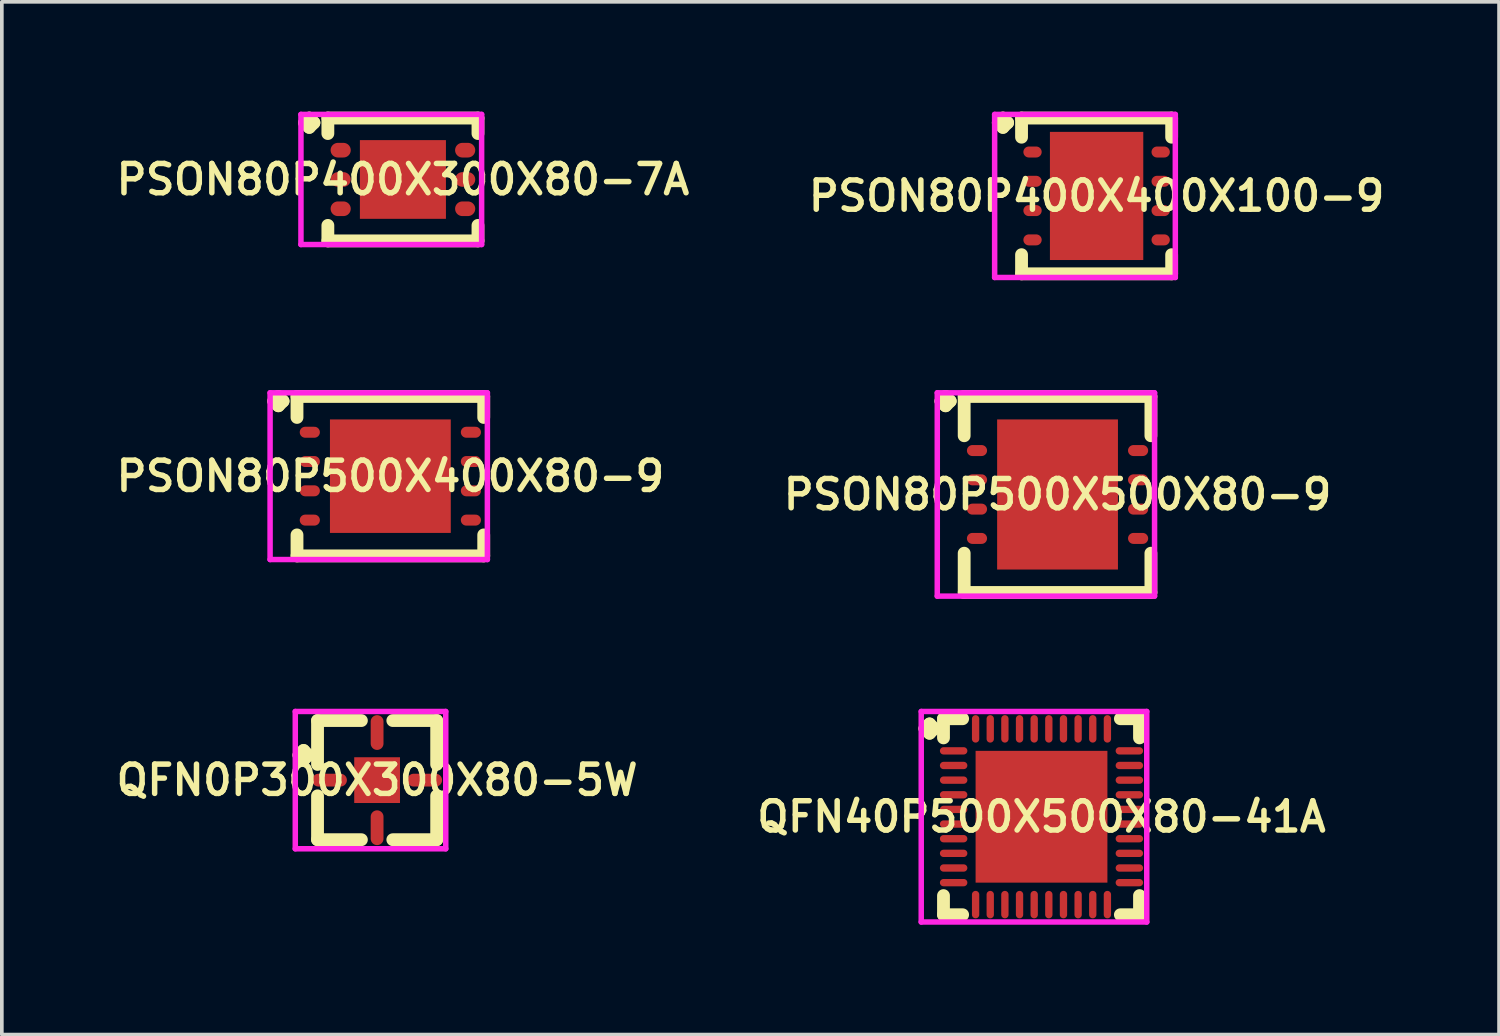
<source format=kicad_pcb>
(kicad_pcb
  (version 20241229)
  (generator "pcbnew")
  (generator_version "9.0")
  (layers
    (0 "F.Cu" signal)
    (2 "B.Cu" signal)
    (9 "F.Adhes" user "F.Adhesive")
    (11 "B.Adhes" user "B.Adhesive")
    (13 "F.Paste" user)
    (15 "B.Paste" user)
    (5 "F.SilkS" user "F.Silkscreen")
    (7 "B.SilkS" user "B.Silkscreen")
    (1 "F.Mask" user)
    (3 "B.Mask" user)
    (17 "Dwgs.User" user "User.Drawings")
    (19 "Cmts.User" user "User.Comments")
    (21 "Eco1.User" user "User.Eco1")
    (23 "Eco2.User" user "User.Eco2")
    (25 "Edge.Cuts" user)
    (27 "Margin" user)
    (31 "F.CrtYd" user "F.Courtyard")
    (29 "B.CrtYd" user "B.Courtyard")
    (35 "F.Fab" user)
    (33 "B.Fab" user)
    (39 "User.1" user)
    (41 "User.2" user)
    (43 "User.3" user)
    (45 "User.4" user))
  (footprint "PSON80P400X300X80-7A"
    (layer "F.Cu")
    (at 7.955 1.852)
    (property "Reference" "PSON80P400X300X80-7A" (at 0 0 0) (layer "F.SilkS") (effects (font (size 0.8 0.8) (thickness 0.15))))
    (attr smd)
    (fp_line (start -2.685 -1.55) (end -2.558 -1.677) (stroke (width 0.35) (type solid)) (layer "F.SilkS"))
    (fp_line (start -2.558 -1.677) (end -2.431 -1.55) (stroke (width 0.35) (type solid)) (layer "F.SilkS"))
    (fp_line (start -2.558 -1.423) (end -2.685 -1.55) (stroke (width 0.35) (type solid)) (layer "F.SilkS"))
    (fp_line (start -2.431 -1.55) (end -2.558 -1.423) (stroke (width 0.35) (type solid)) (layer "F.SilkS"))
    (fp_line (start -2.05 -1.677) (end 2.05 -1.677) (stroke (width 0.35) (type solid)) (layer "F.SilkS"))
    (fp_line (start -2.05 -1.254) (end -2.05 -1.677) (stroke (width 0.35) (type solid)) (layer "F.SilkS"))
    (fp_line (start -2.05 1.254) (end -2.05 1.677) (stroke (width 0.35) (type solid)) (layer "F.SilkS"))
    (fp_line (start -2.05 1.677) (end 2.05 1.677) (stroke (width 0.35) (type solid)) (layer "F.SilkS"))
    (fp_line (start 2.05 -1.677) (end 2.05 -1.254) (stroke (width 0.35) (type solid)) (layer "F.SilkS"))
    (fp_line (start 2.05 1.677) (end 2.05 1.254) (stroke (width 0.35) (type solid)) (layer "F.SilkS"))
    (fp_line (start -2.785 -1.777) (end 2.15 -1.777) (stroke (width 0.15) (type solid)) (layer "F.CrtYd"))
    (fp_line (start -2.785 1.777) (end -2.785 -1.777) (stroke (width 0.15) (type solid)) (layer "F.CrtYd"))
    (fp_line (start 2.15 -1.777) (end 2.15 1.777) (stroke (width 0.15) (type solid)) (layer "F.CrtYd"))
    (fp_line (start 2.15 1.777) (end -2.785 1.777) (stroke (width 0.15) (type solid)) (layer "F.CrtYd"))
    (pad "1" smd oval (at -1.7 -0.8) (size 0.55 0.4) (layers "F.Cu" "F.Mask" "F.Paste"))
    (pad "2" smd oval (at -1.7 0) (size 0.55 0.4) (layers "F.Cu" "F.Mask" "F.Paste"))
    (pad "3" smd oval (at -1.7 0.8) (size 0.55 0.4) (layers "F.Cu" "F.Mask" "F.Paste"))
    (pad "4" smd oval (at 1.7 0.8) (size 0.55 0.4) (layers "F.Cu" "F.Mask" "F.Paste"))
    (pad "5" smd oval (at 1.7 0) (size 0.55 0.4) (layers "F.Cu" "F.Mask" "F.Paste"))
    (pad "6" smd oval (at 1.7 -0.8) (size 0.55 0.4) (layers "F.Cu" "F.Mask" "F.Paste"))
    (pad "7" smd rect (at 0 0) (size 2.35 2.15) (layers "F.Cu" "F.Mask" "F.Paste")))
  (footprint "QFN0P300X300X80-5W"
    (layer "F.Cu")
    (at 7.25 18.258)
    (property "Reference" "QFN0P300X300X80-5W" (at 0 0 0) (layer "F.SilkS") (effects (font (size 0.8 0.8) (thickness 0.15))))
    (attr smd)
    (fp_line (start -2.135 -0.683) (end -2.008 -0.81) (stroke (width 0.35) (type solid)) (layer "F.SilkS"))
    (fp_line (start -2.008 -0.81) (end -1.881 -0.683) (stroke (width 0.35) (type solid)) (layer "F.SilkS"))
    (fp_line (start -2.008 -0.556) (end -2.135 -0.683) (stroke (width 0.35) (type solid)) (layer "F.SilkS"))
    (fp_line (start -1.881 -0.683) (end -2.008 -0.556) (stroke (width 0.35) (type solid)) (layer "F.SilkS"))
    (fp_line (start -1.627 -1.627) (end -0.429 -1.627) (stroke (width 0.35) (type solid)) (layer "F.SilkS"))
    (fp_line (start -1.627 -0.429) (end -1.627 -1.627) (stroke (width 0.35) (type solid)) (layer "F.SilkS"))
    (fp_line (start -1.627 0.429) (end -1.627 1.627) (stroke (width 0.35) (type solid)) (layer "F.SilkS"))
    (fp_line (start -1.627 1.627) (end -0.429 1.627) (stroke (width 0.35) (type solid)) (layer "F.SilkS"))
    (fp_line (start 0.429 -1.627) (end 1.627 -1.627) (stroke (width 0.35) (type solid)) (layer "F.SilkS"))
    (fp_line (start 0.429 1.627) (end 1.627 1.627) (stroke (width 0.35) (type solid)) (layer "F.SilkS"))
    (fp_line (start 1.627 -1.627) (end 1.627 -0.429) (stroke (width 0.35) (type solid)) (layer "F.SilkS"))
    (fp_line (start 1.627 1.627) (end 1.627 0.429) (stroke (width 0.35) (type solid)) (layer "F.SilkS"))
    (fp_line (start -2.235 -1.875) (end 1.875 -1.875) (stroke (width 0.15) (type solid)) (layer "F.CrtYd"))
    (fp_line (start -2.235 1.875) (end -2.235 -1.875) (stroke (width 0.15) (type solid)) (layer "F.CrtYd"))
    (fp_line (start 1.875 -1.875) (end 1.875 1.875) (stroke (width 0.15) (type solid)) (layer "F.CrtYd"))
    (fp_line (start 1.875 1.875) (end -2.235 1.875) (stroke (width 0.15) (type solid)) (layer "F.CrtYd"))
    (pad "1" smd oval (at -1.3 0) (size 0.95 0.35) (layers "F.Cu" "F.Mask" "F.Paste"))
    (pad "2" smd oval (at 0 1.3) (size 0.35 0.95) (layers "F.Cu" "F.Mask" "F.Paste"))
    (pad "3" smd oval (at 1.3 0) (size 0.95 0.35) (layers "F.Cu" "F.Mask" "F.Paste"))
    (pad "4" smd oval (at 0 -1.3) (size 0.35 0.95) (layers "F.Cu" "F.Mask" "F.Paste"))
    (pad "5" smd rect (at 0 0) (size 1.25 1.25) (layers "F.Cu" "F.Mask" "F.Paste")))
  (footprint "PSON80P500X400X80-9"
    (layer "F.Cu")
    (at 7.612 9.956)
    (property "Reference" "PSON80P500X400X80-9" (at 0 0 0) (layer "F.SilkS") (effects (font (size 0.8 0.8) (thickness 0.15))))
    (attr smd)
    (fp_line (start -3.185 -2.05) (end -3.058 -2.177) (stroke (width 0.35) (type solid)) (layer "F.SilkS"))
    (fp_line (start -3.058 -2.177) (end -2.931 -2.05) (stroke (width 0.35) (type solid)) (layer "F.SilkS"))
    (fp_line (start -3.058 -1.923) (end -3.185 -2.05) (stroke (width 0.35) (type solid)) (layer "F.SilkS"))
    (fp_line (start -2.931 -2.05) (end -3.058 -1.923) (stroke (width 0.35) (type solid)) (layer "F.SilkS"))
    (fp_line (start -2.55 -2.177) (end 2.55 -2.177) (stroke (width 0.35) (type solid)) (layer "F.SilkS"))
    (fp_line (start -2.55 -1.604) (end -2.55 -2.177) (stroke (width 0.35) (type solid)) (layer "F.SilkS"))
    (fp_line (start -2.55 1.604) (end -2.55 2.177) (stroke (width 0.35) (type solid)) (layer "F.SilkS"))
    (fp_line (start -2.55 2.177) (end 2.55 2.177) (stroke (width 0.35) (type solid)) (layer "F.SilkS"))
    (fp_line (start 2.55 -2.177) (end 2.55 -1.604) (stroke (width 0.35) (type solid)) (layer "F.SilkS"))
    (fp_line (start 2.55 2.177) (end 2.55 1.604) (stroke (width 0.35) (type solid)) (layer "F.SilkS"))
    (fp_line (start -3.285 -2.277) (end 2.65 -2.277) (stroke (width 0.15) (type solid)) (layer "F.CrtYd"))
    (fp_line (start -3.285 2.277) (end -3.285 -2.277) (stroke (width 0.15) (type solid)) (layer "F.CrtYd"))
    (fp_line (start 2.65 -2.277) (end 2.65 2.277) (stroke (width 0.15) (type solid)) (layer "F.CrtYd"))
    (fp_line (start 2.65 2.277) (end -3.285 2.277) (stroke (width 0.15) (type solid)) (layer "F.CrtYd"))
    (pad "1" smd oval (at -2.2 -1.2) (size 0.55 0.3) (layers "F.Cu" "F.Mask" "F.Paste"))
    (pad "2" smd oval (at -2.2 -0.4) (size 0.55 0.3) (layers "F.Cu" "F.Mask" "F.Paste"))
    (pad "3" smd oval (at -2.2 0.4) (size 0.55 0.3) (layers "F.Cu" "F.Mask" "F.Paste"))
    (pad "4" smd oval (at -2.2 1.2) (size 0.55 0.3) (layers "F.Cu" "F.Mask" "F.Paste"))
    (pad "5" smd oval (at 2.2 1.2) (size 0.55 0.3) (layers "F.Cu" "F.Mask" "F.Paste"))
    (pad "6" smd oval (at 2.2 0.4) (size 0.55 0.3) (layers "F.Cu" "F.Mask" "F.Paste"))
    (pad "7" smd oval (at 2.2 -0.4) (size 0.55 0.3) (layers "F.Cu" "F.Mask" "F.Paste"))
    (pad "8" smd oval (at 2.2 -1.2) (size 0.55 0.3) (layers "F.Cu" "F.Mask" "F.Paste"))
    (pad "9" smd rect (at 0 0) (size 3.3 3.1) (layers "F.Cu" "F.Mask" "F.Paste")))
  (footprint "PSON80P400X400X100-9"
    (layer "F.Cu")
    (at 26.902 2.302)
    (property "Reference" "PSON80P400X400X100-9" (at 0 0 0) (layer "F.SilkS") (effects (font (size 0.8 0.8) (thickness 0.15))))
    (attr smd)
    (fp_line (start -2.685 -2) (end -2.558 -2.127) (stroke (width 0.35) (type solid)) (layer "F.SilkS"))
    (fp_line (start -2.558 -2.127) (end -2.431 -2) (stroke (width 0.35) (type solid)) (layer "F.SilkS"))
    (fp_line (start -2.558 -1.873) (end -2.685 -2) (stroke (width 0.35) (type solid)) (layer "F.SilkS"))
    (fp_line (start -2.431 -2) (end -2.558 -1.873) (stroke (width 0.35) (type solid)) (layer "F.SilkS"))
    (fp_line (start -2.05 -2.127) (end 2.05 -2.127) (stroke (width 0.35) (type solid)) (layer "F.SilkS"))
    (fp_line (start -2.05 -1.604) (end -2.05 -2.127) (stroke (width 0.35) (type solid)) (layer "F.SilkS"))
    (fp_line (start -2.05 1.604) (end -2.05 2.127) (stroke (width 0.35) (type solid)) (layer "F.SilkS"))
    (fp_line (start -2.05 2.127) (end 2.05 2.127) (stroke (width 0.35) (type solid)) (layer "F.SilkS"))
    (fp_line (start 2.05 -2.127) (end 2.05 -1.604) (stroke (width 0.35) (type solid)) (layer "F.SilkS"))
    (fp_line (start 2.05 2.127) (end 2.05 1.604) (stroke (width 0.35) (type solid)) (layer "F.SilkS"))
    (fp_line (start -2.785 -2.227) (end 2.15 -2.227) (stroke (width 0.15) (type solid)) (layer "F.CrtYd"))
    (fp_line (start -2.785 2.227) (end -2.785 -2.227) (stroke (width 0.15) (type solid)) (layer "F.CrtYd"))
    (fp_line (start 2.15 -2.227) (end 2.15 2.227) (stroke (width 0.15) (type solid)) (layer "F.CrtYd"))
    (fp_line (start 2.15 2.227) (end -2.785 2.227) (stroke (width 0.15) (type solid)) (layer "F.CrtYd"))
    (pad "1" smd oval (at -1.75 -1.2) (size 0.5 0.3) (layers "F.Cu" "F.Mask" "F.Paste"))
    (pad "2" smd oval (at -1.75 -0.4) (size 0.5 0.3) (layers "F.Cu" "F.Mask" "F.Paste"))
    (pad "3" smd oval (at -1.75 0.4) (size 0.5 0.3) (layers "F.Cu" "F.Mask" "F.Paste"))
    (pad "4" smd oval (at -1.75 1.2) (size 0.5 0.3) (layers "F.Cu" "F.Mask" "F.Paste"))
    (pad "5" smd oval (at 1.75 1.2) (size 0.5 0.3) (layers "F.Cu" "F.Mask" "F.Paste"))
    (pad "6" smd oval (at 1.75 0.4) (size 0.5 0.3) (layers "F.Cu" "F.Mask" "F.Paste"))
    (pad "7" smd oval (at 1.75 -0.4) (size 0.5 0.3) (layers "F.Cu" "F.Mask" "F.Paste"))
    (pad "8" smd oval (at 1.75 -1.2) (size 0.5 0.3) (layers "F.Cu" "F.Mask" "F.Paste"))
    (pad "9" smd rect (at 0 0) (size 2.55 3.5) (layers "F.Cu" "F.Mask" "F.Paste")))
  (footprint "QFN40P500X500X80-41A"
    (layer "F.Cu")
    (at 25.397 19.258)
    (property "Reference" "QFN40P500X500X80-41A" (at 0 0 0) (layer "F.SilkS") (effects (font (size 0.8 0.8) (thickness 0.15))))
    (attr smd)
    (fp_line (start -3.185 -2.408) (end -3.058 -2.535) (stroke (width 0.35) (type solid)) (layer "F.SilkS"))
    (fp_line (start -3.058 -2.535) (end -2.931 -2.408) (stroke (width 0.35) (type solid)) (layer "F.SilkS"))
    (fp_line (start -3.058 -2.281) (end -3.185 -2.408) (stroke (width 0.35) (type solid)) (layer "F.SilkS"))
    (fp_line (start -2.931 -2.408) (end -3.058 -2.281) (stroke (width 0.35) (type solid)) (layer "F.SilkS"))
    (fp_line (start -2.677 -2.677) (end -2.154 -2.677) (stroke (width 0.35) (type solid)) (layer "F.SilkS"))
    (fp_line (start -2.677 -2.154) (end -2.677 -2.677) (stroke (width 0.35) (type solid)) (layer "F.SilkS"))
    (fp_line (start -2.677 2.154) (end -2.677 2.677) (stroke (width 0.35) (type solid)) (layer "F.SilkS"))
    (fp_line (start -2.677 2.677) (end -2.154 2.677) (stroke (width 0.35) (type solid)) (layer "F.SilkS"))
    (fp_line (start 2.154 -2.677) (end 2.677 -2.677) (stroke (width 0.35) (type solid)) (layer "F.SilkS"))
    (fp_line (start 2.154 2.677) (end 2.677 2.677) (stroke (width 0.35) (type solid)) (layer "F.SilkS"))
    (fp_line (start 2.677 -2.677) (end 2.677 -2.154) (stroke (width 0.35) (type solid)) (layer "F.SilkS"))
    (fp_line (start 2.677 2.677) (end 2.677 2.154) (stroke (width 0.35) (type solid)) (layer "F.SilkS"))
    (fp_line (start -3.285 -2.875) (end 2.875 -2.875) (stroke (width 0.15) (type solid)) (layer "F.CrtYd"))
    (fp_line (start -3.285 2.875) (end -3.285 -2.875) (stroke (width 0.15) (type solid)) (layer "F.CrtYd"))
    (fp_line (start 2.875 -2.875) (end 2.875 2.875) (stroke (width 0.15) (type solid)) (layer "F.CrtYd"))
    (fp_line (start 2.875 2.875) (end -3.285 2.875) (stroke (width 0.15) (type solid)) (layer "F.CrtYd"))
    (pad "1" smd oval (at -2.4 -1.8) (size 0.75 0.2) (layers "F.Cu" "F.Mask" "F.Paste"))
    (pad "2" smd oval (at -2.4 -1.4) (size 0.75 0.2) (layers "F.Cu" "F.Mask" "F.Paste"))
    (pad "3" smd oval (at -2.4 -1) (size 0.75 0.2) (layers "F.Cu" "F.Mask" "F.Paste"))
    (pad "4" smd oval (at -2.4 -0.6) (size 0.75 0.2) (layers "F.Cu" "F.Mask" "F.Paste"))
    (pad "5" smd oval (at -2.4 -0.2) (size 0.75 0.2) (layers "F.Cu" "F.Mask" "F.Paste"))
    (pad "6" smd oval (at -2.4 0.2) (size 0.75 0.2) (layers "F.Cu" "F.Mask" "F.Paste"))
    (pad "7" smd oval (at -2.4 0.6) (size 0.75 0.2) (layers "F.Cu" "F.Mask" "F.Paste"))
    (pad "8" smd oval (at -2.4 1) (size 0.75 0.2) (layers "F.Cu" "F.Mask" "F.Paste"))
    (pad "9" smd oval (at -2.4 1.4) (size 0.75 0.2) (layers "F.Cu" "F.Mask" "F.Paste"))
    (pad "10" smd oval (at -2.4 1.8) (size 0.75 0.2) (layers "F.Cu" "F.Mask" "F.Paste"))
    (pad "11" smd oval (at -1.8 2.4) (size 0.2 0.75) (layers "F.Cu" "F.Mask" "F.Paste"))
    (pad "12" smd oval (at -1.4 2.4) (size 0.2 0.75) (layers "F.Cu" "F.Mask" "F.Paste"))
    (pad "13" smd oval (at -1 2.4) (size 0.2 0.75) (layers "F.Cu" "F.Mask" "F.Paste"))
    (pad "14" smd oval (at -0.6 2.4) (size 0.2 0.75) (layers "F.Cu" "F.Mask" "F.Paste"))
    (pad "15" smd oval (at -0.2 2.4) (size 0.2 0.75) (layers "F.Cu" "F.Mask" "F.Paste"))
    (pad "16" smd oval (at 0.2 2.4) (size 0.2 0.75) (layers "F.Cu" "F.Mask" "F.Paste"))
    (pad "17" smd oval (at 0.6 2.4) (size 0.2 0.75) (layers "F.Cu" "F.Mask" "F.Paste"))
    (pad "18" smd oval (at 1 2.4) (size 0.2 0.75) (layers "F.Cu" "F.Mask" "F.Paste"))
    (pad "19" smd oval (at 1.4 2.4) (size 0.2 0.75) (layers "F.Cu" "F.Mask" "F.Paste"))
    (pad "20" smd oval (at 1.8 2.4) (size 0.2 0.75) (layers "F.Cu" "F.Mask" "F.Paste"))
    (pad "21" smd oval (at 2.4 1.8) (size 0.75 0.2) (layers "F.Cu" "F.Mask" "F.Paste"))
    (pad "22" smd oval (at 2.4 1.4) (size 0.75 0.2) (layers "F.Cu" "F.Mask" "F.Paste"))
    (pad "23" smd oval (at 2.4 1) (size 0.75 0.2) (layers "F.Cu" "F.Mask" "F.Paste"))
    (pad "24" smd oval (at 2.4 0.6) (size 0.75 0.2) (layers "F.Cu" "F.Mask" "F.Paste"))
    (pad "25" smd oval (at 2.4 0.2) (size 0.75 0.2) (layers "F.Cu" "F.Mask" "F.Paste"))
    (pad "26" smd oval (at 2.4 -0.2) (size 0.75 0.2) (layers "F.Cu" "F.Mask" "F.Paste"))
    (pad "27" smd oval (at 2.4 -0.6) (size 0.75 0.2) (layers "F.Cu" "F.Mask" "F.Paste"))
    (pad "28" smd oval (at 2.4 -1) (size 0.75 0.2) (layers "F.Cu" "F.Mask" "F.Paste"))
    (pad "29" smd oval (at 2.4 -1.4) (size 0.75 0.2) (layers "F.Cu" "F.Mask" "F.Paste"))
    (pad "30" smd oval (at 2.4 -1.8) (size 0.75 0.2) (layers "F.Cu" "F.Mask" "F.Paste"))
    (pad "31" smd oval (at 1.8 -2.4) (size 0.2 0.75) (layers "F.Cu" "F.Mask" "F.Paste"))
    (pad "32" smd oval (at 1.4 -2.4) (size 0.2 0.75) (layers "F.Cu" "F.Mask" "F.Paste"))
    (pad "33" smd oval (at 1 -2.4) (size 0.2 0.75) (layers "F.Cu" "F.Mask" "F.Paste"))
    (pad "34" smd oval (at 0.6 -2.4) (size 0.2 0.75) (layers "F.Cu" "F.Mask" "F.Paste"))
    (pad "35" smd oval (at 0.2 -2.4) (size 0.2 0.75) (layers "F.Cu" "F.Mask" "F.Paste"))
    (pad "36" smd oval (at -0.2 -2.4) (size 0.2 0.75) (layers "F.Cu" "F.Mask" "F.Paste"))
    (pad "37" smd oval (at -0.6 -2.4) (size 0.2 0.75) (layers "F.Cu" "F.Mask" "F.Paste"))
    (pad "38" smd oval (at -1 -2.4) (size 0.2 0.75) (layers "F.Cu" "F.Mask" "F.Paste"))
    (pad "39" smd oval (at -1.4 -2.4) (size 0.2 0.75) (layers "F.Cu" "F.Mask" "F.Paste"))
    (pad "40" smd oval (at -1.8 -2.4) (size 0.2 0.75) (layers "F.Cu" "F.Mask" "F.Paste"))
    (pad "41" smd rect (at 0 0) (size 3.6 3.6) (layers "F.Cu" "F.Mask" "F.Paste")))
  (footprint "PSON80P500X500X80-9"
    (layer "F.Cu")
    (at 25.835 10.456)
    (property "Reference" "PSON80P500X500X80-9" (at 0 0 0) (layer "F.SilkS") (effects (font (size 0.8 0.8) (thickness 0.15))))
    (attr smd)
    (fp_line (start -3.185 -2.55) (end -3.058 -2.677) (stroke (width 0.35) (type solid)) (layer "F.SilkS"))
    (fp_line (start -3.058 -2.677) (end -2.931 -2.55) (stroke (width 0.35) (type solid)) (layer "F.SilkS"))
    (fp_line (start -3.058 -2.423) (end -3.185 -2.55) (stroke (width 0.35) (type solid)) (layer "F.SilkS"))
    (fp_line (start -2.931 -2.55) (end -3.058 -2.423) (stroke (width 0.35) (type solid)) (layer "F.SilkS"))
    (fp_line (start -2.55 -2.677) (end 2.55 -2.677) (stroke (width 0.35) (type solid)) (layer "F.SilkS"))
    (fp_line (start -2.55 -1.604) (end -2.55 -2.677) (stroke (width 0.35) (type solid)) (layer "F.SilkS"))
    (fp_line (start -2.55 1.604) (end -2.55 2.677) (stroke (width 0.35) (type solid)) (layer "F.SilkS"))
    (fp_line (start -2.55 2.677) (end 2.55 2.677) (stroke (width 0.35) (type solid)) (layer "F.SilkS"))
    (fp_line (start 2.55 -2.677) (end 2.55 -1.604) (stroke (width 0.35) (type solid)) (layer "F.SilkS"))
    (fp_line (start 2.55 2.677) (end 2.55 1.604) (stroke (width 0.35) (type solid)) (layer "F.SilkS"))
    (fp_line (start -3.285 -2.777) (end 2.65 -2.777) (stroke (width 0.15) (type solid)) (layer "F.CrtYd"))
    (fp_line (start -3.285 2.777) (end -3.285 -2.777) (stroke (width 0.15) (type solid)) (layer "F.CrtYd"))
    (fp_line (start 2.65 -2.777) (end 2.65 2.777) (stroke (width 0.15) (type solid)) (layer "F.CrtYd"))
    (fp_line (start 2.65 2.777) (end -3.285 2.777) (stroke (width 0.15) (type solid)) (layer "F.CrtYd"))
    (pad "1" smd oval (at -2.2 -1.2) (size 0.55 0.3) (layers "F.Cu" "F.Mask" "F.Paste"))
    (pad "2" smd oval (at -2.2 -0.4) (size 0.55 0.3) (layers "F.Cu" "F.Mask" "F.Paste"))
    (pad "3" smd oval (at -2.2 0.4) (size 0.55 0.3) (layers "F.Cu" "F.Mask" "F.Paste"))
    (pad "4" smd oval (at -2.2 1.2) (size 0.55 0.3) (layers "F.Cu" "F.Mask" "F.Paste"))
    (pad "5" smd oval (at 2.2 1.2) (size 0.55 0.3) (layers "F.Cu" "F.Mask" "F.Paste"))
    (pad "6" smd oval (at 2.2 0.4) (size 0.55 0.3) (layers "F.Cu" "F.Mask" "F.Paste"))
    (pad "7" smd oval (at 2.2 -0.4) (size 0.55 0.3) (layers "F.Cu" "F.Mask" "F.Paste"))
    (pad "8" smd oval (at 2.2 -1.2) (size 0.55 0.3) (layers "F.Cu" "F.Mask" "F.Paste"))
    (pad "9" smd rect (at 0 0) (size 3.3 4.1) (layers "F.Cu" "F.Mask" "F.Paste")))
  (gr_rect
    (start -3 -3)
    (end 37.894 25.208)
    (stroke (width 0.1) (type default))
    (fill no)
    (layer "Edge.Cuts")))
</source>
